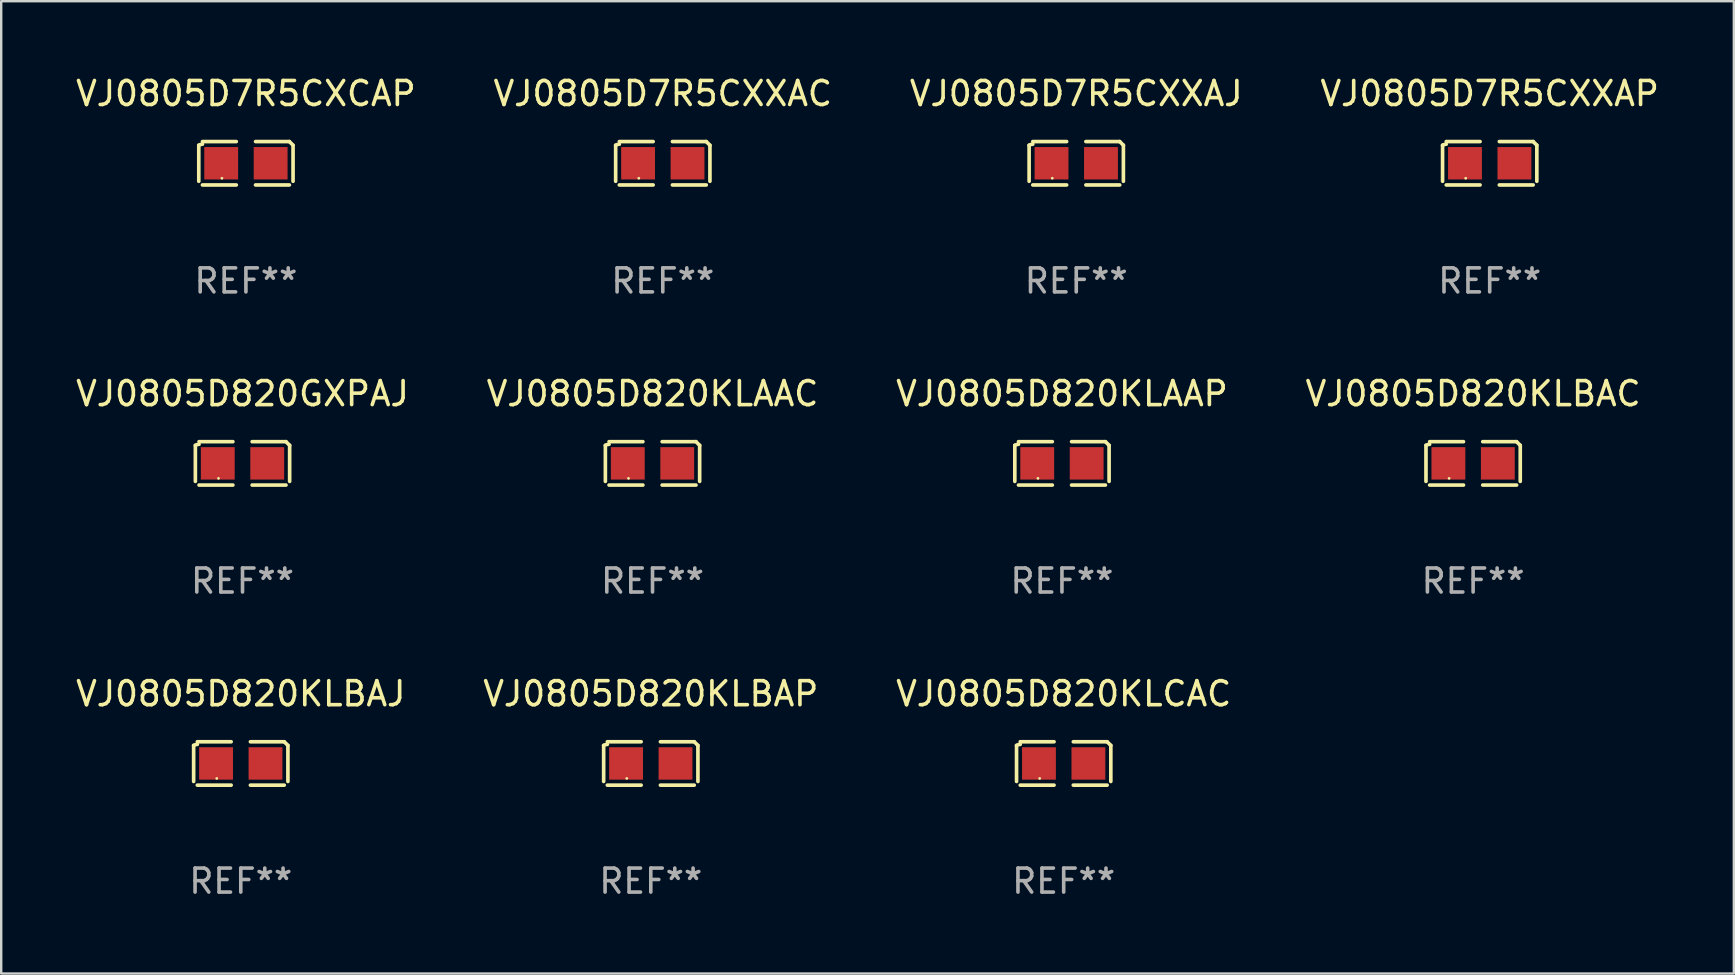
<source format=kicad_pcb>
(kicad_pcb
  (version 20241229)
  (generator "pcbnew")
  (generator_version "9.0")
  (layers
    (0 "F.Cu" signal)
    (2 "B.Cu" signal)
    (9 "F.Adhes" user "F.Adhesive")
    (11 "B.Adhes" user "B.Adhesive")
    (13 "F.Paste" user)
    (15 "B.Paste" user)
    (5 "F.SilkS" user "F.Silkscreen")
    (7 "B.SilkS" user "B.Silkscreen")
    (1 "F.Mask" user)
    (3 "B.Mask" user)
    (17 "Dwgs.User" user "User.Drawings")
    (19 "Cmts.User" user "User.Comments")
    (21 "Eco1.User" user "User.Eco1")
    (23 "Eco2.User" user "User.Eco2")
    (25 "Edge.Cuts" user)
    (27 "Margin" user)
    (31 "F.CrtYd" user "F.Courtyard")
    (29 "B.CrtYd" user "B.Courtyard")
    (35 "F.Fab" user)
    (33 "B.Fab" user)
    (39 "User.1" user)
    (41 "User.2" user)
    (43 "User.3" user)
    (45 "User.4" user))
  (footprint "VJ0805D820KLBAJ"
    (layer "F.Cu")
    (at 6.982 28.759)
    (property "Reference" "VJ0805D820KLBAJ" (at 0 -2.904 0) (layer "F.SilkS") (effects (font (size 1 1) (thickness 0.15))))
    (attr through_hole)
    (fp_line (start -1.964 0.751) (end -1.964 -0.751) (stroke (width 0.152) (type solid)) (layer "F.SilkS"))
    (fp_line (start -1.811 -0.904) (end -0.401 -0.904) (stroke (width 0.152) (type solid)) (layer "F.SilkS"))
    (fp_line (start -0.401 0.904) (end -1.811 0.904) (stroke (width 0.152) (type solid)) (layer "F.SilkS"))
    (fp_line (start 0.401 0.904) (end 1.811 0.904) (stroke (width 0.152) (type solid)) (layer "F.SilkS"))
    (fp_line (start 1.811 -0.904) (end 0.401 -0.904) (stroke (width 0.152) (type solid)) (layer "F.SilkS"))
    (fp_line (start 1.964 0.751) (end 1.964 -0.751) (stroke (width 0.152) (type solid)) (layer "F.SilkS"))
    (fp_arc (start -1.963602 -0.751207) (mid -1.890354 -0.783131) (end -1.811201 -0.794044) (stroke (width 0.1524) (type solid)) (layer "F.SilkS"))
    (fp_arc (start 1.811202 -0.903607) (mid 1.887413 -0.827418) (end 1.963602 -0.751207) (stroke (width 0.1524) (type solid)) (layer "F.SilkS"))
    (fp_circle (center -1 0.625) (end -0.97 0.625) (stroke (width 0.06) (type solid)) (fill no) (layer "F.SilkS"))
    (fp_text user "REF**" (at 0 4.904 0) (layer "F.Fab") (effects (font (size 1 1) (thickness 0.15))))
    (pad "1" smd rect (at -1.03 0) (size 1.41 1.35) (layers "F.Cu" "F.Mask" "F.Paste"))
    (pad "2" smd rect (at 1.03 0) (size 1.41 1.35) (layers "F.Cu" "F.Mask" "F.Paste")))
  (footprint "VJ0805D820KLAAP"
    (layer "F.Cu")
    (at 41.196 16.256)
    (property "Reference" "VJ0805D820KLAAP" (at 0 -2.904 0) (layer "F.SilkS") (effects (font (size 1 1) (thickness 0.15))))
    (attr through_hole)
    (fp_line (start -1.964 0.751) (end -1.964 -0.751) (stroke (width 0.152) (type solid)) (layer "F.SilkS"))
    (fp_line (start -1.811 -0.904) (end -0.401 -0.904) (stroke (width 0.152) (type solid)) (layer "F.SilkS"))
    (fp_line (start -0.401 0.904) (end -1.811 0.904) (stroke (width 0.152) (type solid)) (layer "F.SilkS"))
    (fp_line (start 0.401 0.904) (end 1.811 0.904) (stroke (width 0.152) (type solid)) (layer "F.SilkS"))
    (fp_line (start 1.811 -0.904) (end 0.401 -0.904) (stroke (width 0.152) (type solid)) (layer "F.SilkS"))
    (fp_line (start 1.964 0.751) (end 1.964 -0.751) (stroke (width 0.152) (type solid)) (layer "F.SilkS"))
    (fp_arc (start -1.963602 -0.751207) (mid -1.890354 -0.783131) (end -1.811201 -0.794044) (stroke (width 0.1524) (type solid)) (layer "F.SilkS"))
    (fp_arc (start 1.811202 -0.903607) (mid 1.887413 -0.827418) (end 1.963602 -0.751207) (stroke (width 0.1524) (type solid)) (layer "F.SilkS"))
    (fp_circle (center -1 0.625) (end -0.97 0.625) (stroke (width 0.06) (type solid)) (fill no) (layer "F.SilkS"))
    (fp_text user "REF**" (at 0 4.904 0) (layer "F.Fab") (effects (font (size 1 1) (thickness 0.15))))
    (pad "1" smd rect (at -1.03 0) (size 1.41 1.35) (layers "F.Cu" "F.Mask" "F.Paste"))
    (pad "2" smd rect (at 1.03 0) (size 1.41 1.35) (layers "F.Cu" "F.Mask" "F.Paste")))
  (footprint "VJ0805D7R5CXXAC"
    (layer "F.Cu")
    (at 24.565 3.752)
    (property "Reference" "VJ0805D7R5CXXAC" (at 0 -2.904 0) (layer "F.SilkS") (effects (font (size 1 1) (thickness 0.15))))
    (attr through_hole)
    (fp_line (start -1.964 0.751) (end -1.964 -0.751) (stroke (width 0.152) (type solid)) (layer "F.SilkS"))
    (fp_line (start -1.811 -0.904) (end -0.401 -0.904) (stroke (width 0.152) (type solid)) (layer "F.SilkS"))
    (fp_line (start -0.401 0.904) (end -1.811 0.904) (stroke (width 0.152) (type solid)) (layer "F.SilkS"))
    (fp_line (start 0.401 0.904) (end 1.811 0.904) (stroke (width 0.152) (type solid)) (layer "F.SilkS"))
    (fp_line (start 1.811 -0.904) (end 0.401 -0.904) (stroke (width 0.152) (type solid)) (layer "F.SilkS"))
    (fp_line (start 1.964 0.751) (end 1.964 -0.751) (stroke (width 0.152) (type solid)) (layer "F.SilkS"))
    (fp_arc (start -1.963602 -0.751207) (mid -1.890354 -0.783131) (end -1.811201 -0.794044) (stroke (width 0.1524) (type solid)) (layer "F.SilkS"))
    (fp_arc (start 1.811202 -0.903607) (mid 1.887413 -0.827418) (end 1.963602 -0.751207) (stroke (width 0.1524) (type solid)) (layer "F.SilkS"))
    (fp_circle (center -1 0.625) (end -0.97 0.625) (stroke (width 0.06) (type solid)) (fill no) (layer "F.SilkS"))
    (fp_text user "REF**" (at 0 4.904 0) (layer "F.Fab") (effects (font (size 1 1) (thickness 0.15))))
    (pad "1" smd rect (at -1.03 0) (size 1.41 1.35) (layers "F.Cu" "F.Mask" "F.Paste"))
    (pad "2" smd rect (at 1.03 0) (size 1.41 1.35) (layers "F.Cu" "F.Mask" "F.Paste")))
  (footprint "VJ0805D7R5CXXAP"
    (layer "F.Cu")
    (at 59.018 3.752)
    (property "Reference" "VJ0805D7R5CXXAP" (at 0 -2.904 0) (layer "F.SilkS") (effects (font (size 1 1) (thickness 0.15))))
    (attr through_hole)
    (fp_line (start -1.964 0.751) (end -1.964 -0.751) (stroke (width 0.152) (type solid)) (layer "F.SilkS"))
    (fp_line (start -1.811 -0.904) (end -0.401 -0.904) (stroke (width 0.152) (type solid)) (layer "F.SilkS"))
    (fp_line (start -0.401 0.904) (end -1.811 0.904) (stroke (width 0.152) (type solid)) (layer "F.SilkS"))
    (fp_line (start 0.401 0.904) (end 1.811 0.904) (stroke (width 0.152) (type solid)) (layer "F.SilkS"))
    (fp_line (start 1.811 -0.904) (end 0.401 -0.904) (stroke (width 0.152) (type solid)) (layer "F.SilkS"))
    (fp_line (start 1.964 0.751) (end 1.964 -0.751) (stroke (width 0.152) (type solid)) (layer "F.SilkS"))
    (fp_arc (start -1.963602 -0.751207) (mid -1.890354 -0.783131) (end -1.811201 -0.794044) (stroke (width 0.1524) (type solid)) (layer "F.SilkS"))
    (fp_arc (start 1.811202 -0.903607) (mid 1.887413 -0.827418) (end 1.963602 -0.751207) (stroke (width 0.1524) (type solid)) (layer "F.SilkS"))
    (fp_circle (center -1 0.625) (end -0.97 0.625) (stroke (width 0.06) (type solid)) (fill no) (layer "F.SilkS"))
    (fp_text user "REF**" (at 0 4.904 0) (layer "F.Fab") (effects (font (size 1 1) (thickness 0.15))))
    (pad "1" smd rect (at -1.03 0) (size 1.41 1.35) (layers "F.Cu" "F.Mask" "F.Paste"))
    (pad "2" smd rect (at 1.03 0) (size 1.41 1.35) (layers "F.Cu" "F.Mask" "F.Paste")))
  (footprint "VJ0805D820KLBAC"
    (layer "F.Cu")
    (at 58.327 16.256)
    (property "Reference" "VJ0805D820KLBAC" (at 0 -2.904 0) (layer "F.SilkS") (effects (font (size 1 1) (thickness 0.15))))
    (attr through_hole)
    (fp_line (start -1.964 0.751) (end -1.964 -0.751) (stroke (width 0.152) (type solid)) (layer "F.SilkS"))
    (fp_line (start -1.811 -0.904) (end -0.401 -0.904) (stroke (width 0.152) (type solid)) (layer "F.SilkS"))
    (fp_line (start -0.401 0.904) (end -1.811 0.904) (stroke (width 0.152) (type solid)) (layer "F.SilkS"))
    (fp_line (start 0.401 0.904) (end 1.811 0.904) (stroke (width 0.152) (type solid)) (layer "F.SilkS"))
    (fp_line (start 1.811 -0.904) (end 0.401 -0.904) (stroke (width 0.152) (type solid)) (layer "F.SilkS"))
    (fp_line (start 1.964 0.751) (end 1.964 -0.751) (stroke (width 0.152) (type solid)) (layer "F.SilkS"))
    (fp_arc (start -1.963602 -0.751207) (mid -1.890354 -0.783131) (end -1.811201 -0.794044) (stroke (width 0.1524) (type solid)) (layer "F.SilkS"))
    (fp_arc (start 1.811202 -0.903607) (mid 1.887413 -0.827418) (end 1.963602 -0.751207) (stroke (width 0.1524) (type solid)) (layer "F.SilkS"))
    (fp_circle (center -1 0.625) (end -0.97 0.625) (stroke (width 0.06) (type solid)) (fill no) (layer "F.SilkS"))
    (fp_text user "REF**" (at 0 4.904 0) (layer "F.Fab") (effects (font (size 1 1) (thickness 0.15))))
    (pad "1" smd rect (at -1.03 0) (size 1.41 1.35) (layers "F.Cu" "F.Mask" "F.Paste"))
    (pad "2" smd rect (at 1.03 0) (size 1.41 1.35) (layers "F.Cu" "F.Mask" "F.Paste")))
  (footprint "VJ0805D820KLBAP"
    (layer "F.Cu")
    (at 24.065 28.759)
    (property "Reference" "VJ0805D820KLBAP" (at 0 -2.904 0) (layer "F.SilkS") (effects (font (size 1 1) (thickness 0.15))))
    (attr through_hole)
    (fp_line (start -1.964 0.751) (end -1.964 -0.751) (stroke (width 0.152) (type solid)) (layer "F.SilkS"))
    (fp_line (start -1.811 -0.904) (end -0.401 -0.904) (stroke (width 0.152) (type solid)) (layer "F.SilkS"))
    (fp_line (start -0.401 0.904) (end -1.811 0.904) (stroke (width 0.152) (type solid)) (layer "F.SilkS"))
    (fp_line (start 0.401 0.904) (end 1.811 0.904) (stroke (width 0.152) (type solid)) (layer "F.SilkS"))
    (fp_line (start 1.811 -0.904) (end 0.401 -0.904) (stroke (width 0.152) (type solid)) (layer "F.SilkS"))
    (fp_line (start 1.964 0.751) (end 1.964 -0.751) (stroke (width 0.152) (type solid)) (layer "F.SilkS"))
    (fp_arc (start -1.963602 -0.751207) (mid -1.890354 -0.783131) (end -1.811201 -0.794044) (stroke (width 0.1524) (type solid)) (layer "F.SilkS"))
    (fp_arc (start 1.811202 -0.903607) (mid 1.887413 -0.827418) (end 1.963602 -0.751207) (stroke (width 0.1524) (type solid)) (layer "F.SilkS"))
    (fp_circle (center -1 0.625) (end -0.97 0.625) (stroke (width 0.06) (type solid)) (fill no) (layer "F.SilkS"))
    (fp_text user "REF**" (at 0 4.904 0) (layer "F.Fab") (effects (font (size 1 1) (thickness 0.15))))
    (pad "1" smd rect (at -1.03 0) (size 1.41 1.35) (layers "F.Cu" "F.Mask" "F.Paste"))
    (pad "2" smd rect (at 1.03 0) (size 1.41 1.35) (layers "F.Cu" "F.Mask" "F.Paste")))
  (footprint "VJ0805D7R5CXXAJ"
    (layer "F.Cu")
    (at 41.792 3.752)
    (property "Reference" "VJ0805D7R5CXXAJ" (at 0 -2.904 0) (layer "F.SilkS") (effects (font (size 1 1) (thickness 0.15))))
    (attr through_hole)
    (fp_line (start -1.964 0.751) (end -1.964 -0.751) (stroke (width 0.152) (type solid)) (layer "F.SilkS"))
    (fp_line (start -1.811 -0.904) (end -0.401 -0.904) (stroke (width 0.152) (type solid)) (layer "F.SilkS"))
    (fp_line (start -0.401 0.904) (end -1.811 0.904) (stroke (width 0.152) (type solid)) (layer "F.SilkS"))
    (fp_line (start 0.401 0.904) (end 1.811 0.904) (stroke (width 0.152) (type solid)) (layer "F.SilkS"))
    (fp_line (start 1.811 -0.904) (end 0.401 -0.904) (stroke (width 0.152) (type solid)) (layer "F.SilkS"))
    (fp_line (start 1.964 0.751) (end 1.964 -0.751) (stroke (width 0.152) (type solid)) (layer "F.SilkS"))
    (fp_arc (start -1.963602 -0.751207) (mid -1.890354 -0.783131) (end -1.811201 -0.794044) (stroke (width 0.1524) (type solid)) (layer "F.SilkS"))
    (fp_arc (start 1.811202 -0.903607) (mid 1.887413 -0.827418) (end 1.963602 -0.751207) (stroke (width 0.1524) (type solid)) (layer "F.SilkS"))
    (fp_circle (center -1 0.625) (end -0.97 0.625) (stroke (width 0.06) (type solid)) (fill no) (layer "F.SilkS"))
    (fp_text user "REF**" (at 0 4.904 0) (layer "F.Fab") (effects (font (size 1 1) (thickness 0.15))))
    (pad "1" smd rect (at -1.03 0) (size 1.41 1.35) (layers "F.Cu" "F.Mask" "F.Paste"))
    (pad "2" smd rect (at 1.03 0) (size 1.41 1.35) (layers "F.Cu" "F.Mask" "F.Paste")))
  (footprint "VJ0805D820KLAAC"
    (layer "F.Cu")
    (at 24.137 16.256)
    (property "Reference" "VJ0805D820KLAAC" (at 0 -2.904 0) (layer "F.SilkS") (effects (font (size 1 1) (thickness 0.15))))
    (attr through_hole)
    (fp_line (start -1.964 0.751) (end -1.964 -0.751) (stroke (width 0.152) (type solid)) (layer "F.SilkS"))
    (fp_line (start -1.811 -0.904) (end -0.401 -0.904) (stroke (width 0.152) (type solid)) (layer "F.SilkS"))
    (fp_line (start -0.401 0.904) (end -1.811 0.904) (stroke (width 0.152) (type solid)) (layer "F.SilkS"))
    (fp_line (start 0.401 0.904) (end 1.811 0.904) (stroke (width 0.152) (type solid)) (layer "F.SilkS"))
    (fp_line (start 1.811 -0.904) (end 0.401 -0.904) (stroke (width 0.152) (type solid)) (layer "F.SilkS"))
    (fp_line (start 1.964 0.751) (end 1.964 -0.751) (stroke (width 0.152) (type solid)) (layer "F.SilkS"))
    (fp_arc (start -1.963602 -0.751207) (mid -1.890354 -0.783131) (end -1.811201 -0.794044) (stroke (width 0.1524) (type solid)) (layer "F.SilkS"))
    (fp_arc (start 1.811202 -0.903607) (mid 1.887413 -0.827418) (end 1.963602 -0.751207) (stroke (width 0.1524) (type solid)) (layer "F.SilkS"))
    (fp_circle (center -1 0.625) (end -0.97 0.625) (stroke (width 0.06) (type solid)) (fill no) (layer "F.SilkS"))
    (fp_text user "REF**" (at 0 4.904 0) (layer "F.Fab") (effects (font (size 1 1) (thickness 0.15))))
    (pad "1" smd rect (at -1.03 0) (size 1.41 1.35) (layers "F.Cu" "F.Mask" "F.Paste"))
    (pad "2" smd rect (at 1.03 0) (size 1.41 1.35) (layers "F.Cu" "F.Mask" "F.Paste")))
  (footprint "VJ0805D820KLCAC"
    (layer "F.Cu")
    (at 41.268 28.759)
    (property "Reference" "VJ0805D820KLCAC" (at 0 -2.904 0) (layer "F.SilkS") (effects (font (size 1 1) (thickness 0.15))))
    (attr through_hole)
    (fp_line (start -1.964 0.751) (end -1.964 -0.751) (stroke (width 0.152) (type solid)) (layer "F.SilkS"))
    (fp_line (start -1.811 -0.904) (end -0.401 -0.904) (stroke (width 0.152) (type solid)) (layer "F.SilkS"))
    (fp_line (start -0.401 0.904) (end -1.811 0.904) (stroke (width 0.152) (type solid)) (layer "F.SilkS"))
    (fp_line (start 0.401 0.904) (end 1.811 0.904) (stroke (width 0.152) (type solid)) (layer "F.SilkS"))
    (fp_line (start 1.811 -0.904) (end 0.401 -0.904) (stroke (width 0.152) (type solid)) (layer "F.SilkS"))
    (fp_line (start 1.964 0.751) (end 1.964 -0.751) (stroke (width 0.152) (type solid)) (layer "F.SilkS"))
    (fp_arc (start -1.963602 -0.751207) (mid -1.890354 -0.783131) (end -1.811201 -0.794044) (stroke (width 0.1524) (type solid)) (layer "F.SilkS"))
    (fp_arc (start 1.811202 -0.903607) (mid 1.887413 -0.827418) (end 1.963602 -0.751207) (stroke (width 0.1524) (type solid)) (layer "F.SilkS"))
    (fp_circle (center -1 0.625) (end -0.97 0.625) (stroke (width 0.06) (type solid)) (fill no) (layer "F.SilkS"))
    (fp_text user "REF**" (at 0 4.904 0) (layer "F.Fab") (effects (font (size 1 1) (thickness 0.15))))
    (pad "1" smd rect (at -1.03 0) (size 1.41 1.35) (layers "F.Cu" "F.Mask" "F.Paste"))
    (pad "2" smd rect (at 1.03 0) (size 1.41 1.35) (layers "F.Cu" "F.Mask" "F.Paste")))
  (footprint "VJ0805D7R5CXCAP"
    (layer "F.Cu")
    (at 7.196 3.752)
    (property "Reference" "VJ0805D7R5CXCAP" (at 0 -2.904 0) (layer "F.SilkS") (effects (font (size 1 1) (thickness 0.15))))
    (attr through_hole)
    (fp_line (start -1.964 0.751) (end -1.964 -0.751) (stroke (width 0.152) (type solid)) (layer "F.SilkS"))
    (fp_line (start -1.811 -0.904) (end -0.401 -0.904) (stroke (width 0.152) (type solid)) (layer "F.SilkS"))
    (fp_line (start -0.401 0.904) (end -1.811 0.904) (stroke (width 0.152) (type solid)) (layer "F.SilkS"))
    (fp_line (start 0.401 0.904) (end 1.811 0.904) (stroke (width 0.152) (type solid)) (layer "F.SilkS"))
    (fp_line (start 1.811 -0.904) (end 0.401 -0.904) (stroke (width 0.152) (type solid)) (layer "F.SilkS"))
    (fp_line (start 1.964 0.751) (end 1.964 -0.751) (stroke (width 0.152) (type solid)) (layer "F.SilkS"))
    (fp_arc (start -1.963602 -0.751207) (mid -1.890354 -0.783131) (end -1.811201 -0.794044) (stroke (width 0.1524) (type solid)) (layer "F.SilkS"))
    (fp_arc (start 1.811202 -0.903607) (mid 1.887413 -0.827418) (end 1.963602 -0.751207) (stroke (width 0.1524) (type solid)) (layer "F.SilkS"))
    (fp_circle (center -1 0.625) (end -0.97 0.625) (stroke (width 0.06) (type solid)) (fill no) (layer "F.SilkS"))
    (fp_text user "REF**" (at 0 4.904 0) (layer "F.Fab") (effects (font (size 1 1) (thickness 0.15))))
    (pad "1" smd rect (at -1.03 0) (size 1.41 1.35) (layers "F.Cu" "F.Mask" "F.Paste"))
    (pad "2" smd rect (at 1.03 0) (size 1.41 1.35) (layers "F.Cu" "F.Mask" "F.Paste")))
  (footprint "VJ0805D820GXPAJ"
    (layer "F.Cu")
    (at 7.054 16.256)
    (property "Reference" "VJ0805D820GXPAJ" (at 0 -2.904 0) (layer "F.SilkS") (effects (font (size 1 1) (thickness 0.15))))
    (attr through_hole)
    (fp_line (start -1.964 0.751) (end -1.964 -0.751) (stroke (width 0.152) (type solid)) (layer "F.SilkS"))
    (fp_line (start -1.811 -0.904) (end -0.401 -0.904) (stroke (width 0.152) (type solid)) (layer "F.SilkS"))
    (fp_line (start -0.401 0.904) (end -1.811 0.904) (stroke (width 0.152) (type solid)) (layer "F.SilkS"))
    (fp_line (start 0.401 0.904) (end 1.811 0.904) (stroke (width 0.152) (type solid)) (layer "F.SilkS"))
    (fp_line (start 1.811 -0.904) (end 0.401 -0.904) (stroke (width 0.152) (type solid)) (layer "F.SilkS"))
    (fp_line (start 1.964 0.751) (end 1.964 -0.751) (stroke (width 0.152) (type solid)) (layer "F.SilkS"))
    (fp_arc (start -1.963602 -0.751207) (mid -1.890354 -0.783131) (end -1.811201 -0.794044) (stroke (width 0.1524) (type solid)) (layer "F.SilkS"))
    (fp_arc (start 1.811202 -0.903607) (mid 1.887413 -0.827418) (end 1.963602 -0.751207) (stroke (width 0.1524) (type solid)) (layer "F.SilkS"))
    (fp_circle (center -1 0.625) (end -0.97 0.625) (stroke (width 0.06) (type solid)) (fill no) (layer "F.SilkS"))
    (fp_text user "REF**" (at 0 4.904 0) (layer "F.Fab") (effects (font (size 1 1) (thickness 0.15))))
    (pad "1" smd rect (at -1.03 0) (size 1.41 1.35) (layers "F.Cu" "F.Mask" "F.Paste"))
    (pad "2" smd rect (at 1.03 0) (size 1.41 1.35) (layers "F.Cu" "F.Mask" "F.Paste")))
  (gr_rect
    (start -3 -3)
    (end 69.19 37.511)
    (stroke (width 0.1) (type default))
    (fill no)
    (layer "Edge.Cuts")))
</source>
